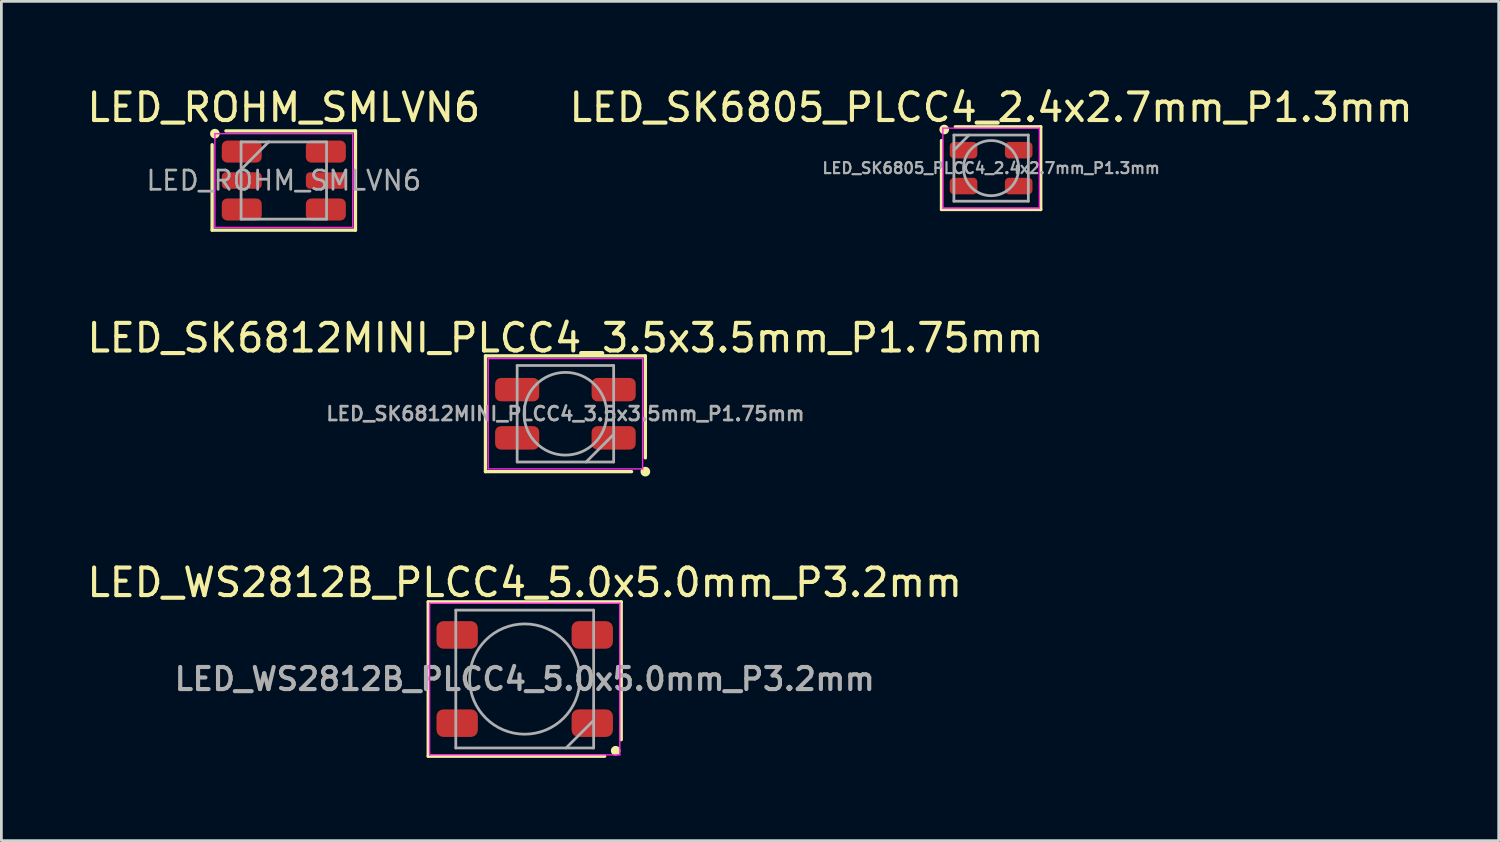
<source format=kicad_pcb>
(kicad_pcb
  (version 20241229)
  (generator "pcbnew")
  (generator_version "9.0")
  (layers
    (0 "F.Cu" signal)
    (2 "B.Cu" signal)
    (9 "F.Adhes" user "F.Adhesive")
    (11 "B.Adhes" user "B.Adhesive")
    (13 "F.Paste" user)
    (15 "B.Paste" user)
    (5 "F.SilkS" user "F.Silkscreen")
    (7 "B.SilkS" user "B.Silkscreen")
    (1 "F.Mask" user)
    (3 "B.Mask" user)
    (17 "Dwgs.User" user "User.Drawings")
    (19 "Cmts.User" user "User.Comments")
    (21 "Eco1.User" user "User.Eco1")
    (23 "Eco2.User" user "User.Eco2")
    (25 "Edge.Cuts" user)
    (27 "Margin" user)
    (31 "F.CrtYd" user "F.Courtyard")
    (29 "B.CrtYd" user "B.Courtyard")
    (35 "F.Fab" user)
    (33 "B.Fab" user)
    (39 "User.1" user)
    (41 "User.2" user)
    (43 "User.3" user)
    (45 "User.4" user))
  (footprint "LED_SK6812MINI_PLCC4_3.5x3.5mm_P1.75mm"
    (layer "F.Cu")
    (at 17.458 11.957)
    (property "Reference" "LED_SK6812MINI_PLCC4_3.5x3.5mm_P1.75mm" (at 0 -2.75 0) (layer "F.SilkS") (effects (font (size 1 1) (thickness 0.15))))
    (attr smd)
    (fp_line (start -2.9 -2.1) (end -2.9 2.1) (stroke (width 0.12) (type default)) (layer "F.SilkS"))
    (fp_line (start -2.9 2.1) (end 2.4 2.1) (stroke (width 0.12) (type default)) (layer "F.SilkS"))
    (fp_line (start 2.9 -2.1) (end -2.9 -2.1) (stroke (width 0.12) (type default)) (layer "F.SilkS"))
    (fp_line (start 2.9 1.6) (end 2.9 -2.1) (stroke (width 0.12) (type default)) (layer "F.SilkS"))
    (fp_circle (center 2.9 2.1) (end 3 2.1) (stroke (width 0.15) (type solid)) (fill yes) (layer "F.SilkS"))
    (fp_line (start -2.8 -2) (end -2.8 2) (stroke (width 0.05) (type solid)) (layer "F.CrtYd"))
    (fp_line (start -2.8 2) (end 2.8 2) (stroke (width 0.05) (type solid)) (layer "F.CrtYd"))
    (fp_line (start 2.8 -2) (end -2.8 -2) (stroke (width 0.05) (type solid)) (layer "F.CrtYd"))
    (fp_line (start 2.8 2) (end 2.8 -2) (stroke (width 0.05) (type solid)) (layer "F.CrtYd"))
    (fp_line (start -1.75 -1.75) (end -1.75 1.75) (stroke (width 0.1) (type solid)) (layer "F.Fab"))
    (fp_line (start -1.75 1.75) (end 1.75 1.75) (stroke (width 0.1) (type solid)) (layer "F.Fab"))
    (fp_line (start 1.75 -1.75) (end -1.75 -1.75) (stroke (width 0.1) (type solid)) (layer "F.Fab"))
    (fp_line (start 1.75 0.75) (end 0.75 1.75) (stroke (width 0.1) (type solid)) (layer "F.Fab"))
    (fp_line (start 1.75 1.75) (end 1.75 -1.75) (stroke (width 0.1) (type solid)) (layer "F.Fab"))
    (fp_circle (center 0 0) (end 0 -1.5) (stroke (width 0.1) (type solid)) (fill no) (layer "F.Fab"))
    (fp_text user "${REFERENCE}" (at 0 0 0) (layer "F.Fab") (effects (font (size 0.5 0.5) (thickness 0.1))))
    (pad "1" smd roundrect (at -1.75 -0.875) (size 1.6 0.85) (layers "F.Cu" "F.Mask" "F.Paste") (roundrect_rratio 0.25))
    (pad "2" smd roundrect (at -1.75 0.875) (size 1.6 0.85) (layers "F.Cu" "F.Mask" "F.Paste") (roundrect_rratio 0.25))
    (pad "3" smd roundrect (at 1.75 0.875) (size 1.6 0.85) (layers "F.Cu" "F.Mask" "F.Paste") (roundrect_rratio 0.25))
    (pad "4" smd roundrect (at 1.75 -0.875) (size 1.6 0.85) (layers "F.Cu" "F.Mask" "F.Paste") (roundrect_rratio 0.25)))
  (footprint "LED_SK6805_PLCC4_2.4x2.7mm_P1.3mm"
    (layer "F.Cu")
    (at 32.899 3.048)
    (property "Reference" "LED_SK6805_PLCC4_2.4x2.7mm_P1.3mm" (at 0 -2.2 0) (layer "F.SilkS") (effects (font (size 1 1) (thickness 0.15))))
    (attr smd)
    (fp_line (start -1.8 -1) (end -1.8 1.5) (stroke (width 0.12) (type default)) (layer "F.SilkS"))
    (fp_line (start -1.8 1.5) (end 1.8 1.5) (stroke (width 0.12) (type default)) (layer "F.SilkS"))
    (fp_line (start 1.8 -1.5) (end -1.3 -1.5) (stroke (width 0.12) (type default)) (layer "F.SilkS"))
    (fp_line (start 1.8 1.5) (end 1.8 -1.5) (stroke (width 0.12) (type default)) (layer "F.SilkS"))
    (fp_circle (center -1.7 -1.4) (end -1.6 -1.4) (stroke (width 0.15) (type solid)) (fill yes) (layer "F.SilkS"))
    (fp_line (start -1.75 -1.45) (end -1.75 1.45) (stroke (width 0.05) (type solid)) (layer "F.CrtYd"))
    (fp_line (start -1.75 1.45) (end 1.75 1.45) (stroke (width 0.05) (type solid)) (layer "F.CrtYd"))
    (fp_line (start 1.75 -1.45) (end -1.75 -1.45) (stroke (width 0.05) (type solid)) (layer "F.CrtYd"))
    (fp_line (start 1.75 1.45) (end 1.75 -1.45) (stroke (width 0.05) (type solid)) (layer "F.CrtYd"))
    (fp_line (start -1.35 -1.2) (end -1.35 1.2) (stroke (width 0.1) (type solid)) (layer "F.Fab"))
    (fp_line (start -1.35 -0.65) (end -0.8 -1.2) (stroke (width 0.1) (type default)) (layer "F.Fab"))
    (fp_line (start -1.35 1.2) (end 1.35 1.2) (stroke (width 0.1) (type solid)) (layer "F.Fab"))
    (fp_line (start 1.35 -1.2) (end -1.35 -1.2) (stroke (width 0.1) (type solid)) (layer "F.Fab"))
    (fp_line (start 1.35 1.2) (end 1.35 -1.2) (stroke (width 0.1) (type solid)) (layer "F.Fab"))
    (fp_circle (center 0 0) (end 0 -1) (stroke (width 0.1) (type solid)) (fill no) (layer "F.Fab"))
    (fp_text user "${REFERENCE}" (at 0 0 0) (layer "F.Fab") (effects (font (size 0.4 0.4) (thickness 0.08))))
    (pad "1" smd roundrect (at -1 -0.65) (size 1 0.6) (layers "F.Cu" "F.Mask" "F.Paste") (roundrect_rratio 0.25))
    (pad "2" smd roundrect (at -1 0.65) (size 1 0.6) (layers "F.Cu" "F.Mask" "F.Paste") (roundrect_rratio 0.25))
    (pad "3" smd roundrect (at 1 0.65) (size 1 0.6) (layers "F.Cu" "F.Mask" "F.Paste") (roundrect_rratio 0.25))
    (pad "4" smd roundrect (at 1 -0.65) (size 1 0.6) (layers "F.Cu" "F.Mask" "F.Paste") (roundrect_rratio 0.25)))
  (footprint "LED_WS2812B_PLCC4_5.0x5.0mm_P3.2mm"
    (layer "F.Cu")
    (at 15.982 21.58)
    (property "Reference" "LED_WS2812B_PLCC4_5.0x5.0mm_P3.2mm" (at 0 -3.5 0) (layer "F.SilkS") (effects (font (size 1 1) (thickness 0.15))))
    (attr smd)
    (fp_line (start -3.5 -2.8) (end -3.5 2.8) (stroke (width 0.12) (type default)) (layer "F.SilkS"))
    (fp_line (start -3.5 2.8) (end 2.9 2.8) (stroke (width 0.12) (type default)) (layer "F.SilkS"))
    (fp_line (start 3.5 -2.8) (end -3.5 -2.8) (stroke (width 0.12) (type default)) (layer "F.SilkS"))
    (fp_line (start 3.5 2.2) (end 3.5 -2.8) (stroke (width 0.12) (type default)) (layer "F.SilkS"))
    (fp_circle (center 3.3 2.6) (end 3.4 2.6) (stroke (width 0.15) (type solid)) (fill yes) (layer "F.SilkS"))
    (fp_line (start -3.45 -2.75) (end -3.45 2.75) (stroke (width 0.05) (type solid)) (layer "F.CrtYd"))
    (fp_line (start -3.45 2.75) (end 3.45 2.75) (stroke (width 0.05) (type solid)) (layer "F.CrtYd"))
    (fp_line (start 3.45 -2.75) (end -3.45 -2.75) (stroke (width 0.05) (type solid)) (layer "F.CrtYd"))
    (fp_line (start 3.45 2.75) (end 3.45 -2.75) (stroke (width 0.05) (type solid)) (layer "F.CrtYd"))
    (fp_line (start -2.5 -2.5) (end -2.5 2.5) (stroke (width 0.1) (type solid)) (layer "F.Fab"))
    (fp_line (start -2.5 2.5) (end 2.5 2.5) (stroke (width 0.1) (type solid)) (layer "F.Fab"))
    (fp_line (start 2.5 -2.5) (end -2.5 -2.5) (stroke (width 0.1) (type solid)) (layer "F.Fab"))
    (fp_line (start 2.5 1.5) (end 1.5 2.5) (stroke (width 0.1) (type solid)) (layer "F.Fab"))
    (fp_line (start 2.5 2.5) (end 2.5 -2.5) (stroke (width 0.1) (type solid)) (layer "F.Fab"))
    (fp_circle (center 0 0) (end 0 -2) (stroke (width 0.1) (type solid)) (fill no) (layer "F.Fab"))
    (fp_text user "${REFERENCE}" (at 0 0 0) (layer "F.Fab") (effects (font (size 0.8 0.8) (thickness 0.15))))
    (pad "1" smd roundrect (at -2.45 -1.6) (size 1.5 1) (layers "F.Cu" "F.Mask" "F.Paste") (roundrect_rratio 0.25))
    (pad "2" smd roundrect (at -2.45 1.6) (size 1.5 1) (layers "F.Cu" "F.Mask" "F.Paste") (roundrect_rratio 0.25))
    (pad "3" smd roundrect (at 2.45 1.6) (size 1.5 1) (layers "F.Cu" "F.Mask" "F.Paste") (roundrect_rratio 0.25))
    (pad "4" smd roundrect (at 2.45 -1.6) (size 1.5 1) (layers "F.Cu" "F.Mask" "F.Paste") (roundrect_rratio 0.25)))
  (footprint "LED_ROHM_SMLVN6"
    (layer "F.Cu")
    (at 7.244 3.498)
    (property "Reference" "LED_ROHM_SMLVN6" (at 0 -2.65 0) (layer "F.SilkS") (effects (font (size 1 1) (thickness 0.15))))
    (attr smd)
    (fp_line (start -2.6 -1.3) (end -2.6 1.8) (stroke (width 0.12) (type default)) (layer "F.SilkS"))
    (fp_line (start -2.6 1.8) (end 2.6 1.8) (stroke (width 0.12) (type default)) (layer "F.SilkS"))
    (fp_line (start 2.6 -1.8) (end -2.1 -1.8) (stroke (width 0.12) (type default)) (layer "F.SilkS"))
    (fp_line (start 2.6 1.8) (end 2.6 -1.8) (stroke (width 0.12) (type default)) (layer "F.SilkS"))
    (fp_circle (center -2.5 -1.7) (end -2.4 -1.7) (stroke (width 0.15) (type solid)) (fill yes) (layer "F.SilkS"))
    (fp_line (start -2.5 -1.7) (end -2.5 1.7) (stroke (width 0.05) (type solid)) (layer "F.CrtYd"))
    (fp_line (start -2.5 1.7) (end 2.5 1.7) (stroke (width 0.05) (type solid)) (layer "F.CrtYd"))
    (fp_line (start 2.5 -1.7) (end -2.5 -1.7) (stroke (width 0.05) (type solid)) (layer "F.CrtYd"))
    (fp_line (start 2.5 1.7) (end 2.5 -1.7) (stroke (width 0.05) (type solid)) (layer "F.CrtYd"))
    (fp_line (start -1.55 -1.4) (end -0.55 -1.4) (stroke (width 0.1) (type default)) (layer "F.Fab"))
    (fp_line (start -1.55 -0.4) (end -1.55 -1.4) (stroke (width 0.1) (type default)) (layer "F.Fab"))
    (fp_line (start -1.55 -0.4) (end -0.55 -1.4) (stroke (width 0.1) (type solid)) (layer "F.Fab"))
    (fp_line (start -1.55 1.4) (end -1.55 -0.4) (stroke (width 0.1) (type solid)) (layer "F.Fab"))
    (fp_line (start -0.55 -1.4) (end 1.55 -1.4) (stroke (width 0.1) (type solid)) (layer "F.Fab"))
    (fp_line (start 1.55 -1.4) (end 1.55 1.4) (stroke (width 0.1) (type solid)) (layer "F.Fab"))
    (fp_line (start 1.55 1.4) (end -1.55 1.4) (stroke (width 0.1) (type solid)) (layer "F.Fab"))
    (fp_text user "${REFERENCE}" (at 0 0 0) (layer "F.Fab") (effects (font (size 0.7 0.7) (thickness 0.1))))
    (pad "1" smd roundrect (at -1.525 -1.05) (size 1.45 0.8) (layers "F.Cu" "F.Mask" "F.Paste") (roundrect_rratio 0.25))
    (pad "2" smd roundrect (at -1.525 0) (size 1.45 0.6) (layers "F.Cu" "F.Mask" "F.Paste") (roundrect_rratio 0.25))
    (pad "3" smd roundrect (at -1.525 1.05) (size 1.45 0.8) (layers "F.Cu" "F.Mask" "F.Paste") (roundrect_rratio 0.25))
    (pad "4" smd roundrect (at 1.525 1.05) (size 1.45 0.8) (layers "F.Cu" "F.Mask" "F.Paste") (roundrect_rratio 0.25))
    (pad "5" smd roundrect (at 1.525 0) (size 1.45 0.6) (layers "F.Cu" "F.Mask" "F.Paste") (roundrect_rratio 0.25))
    (pad "6" smd roundrect (at 1.525 -1.05) (size 1.45 0.8) (layers "F.Cu" "F.Mask" "F.Paste") (roundrect_rratio 0.25)))
  (gr_rect
    (start -3 -3)
    (end 51.31 27.44)
    (stroke (width 0.1) (type default))
    (fill no)
    (layer "Edge.Cuts")))
</source>
